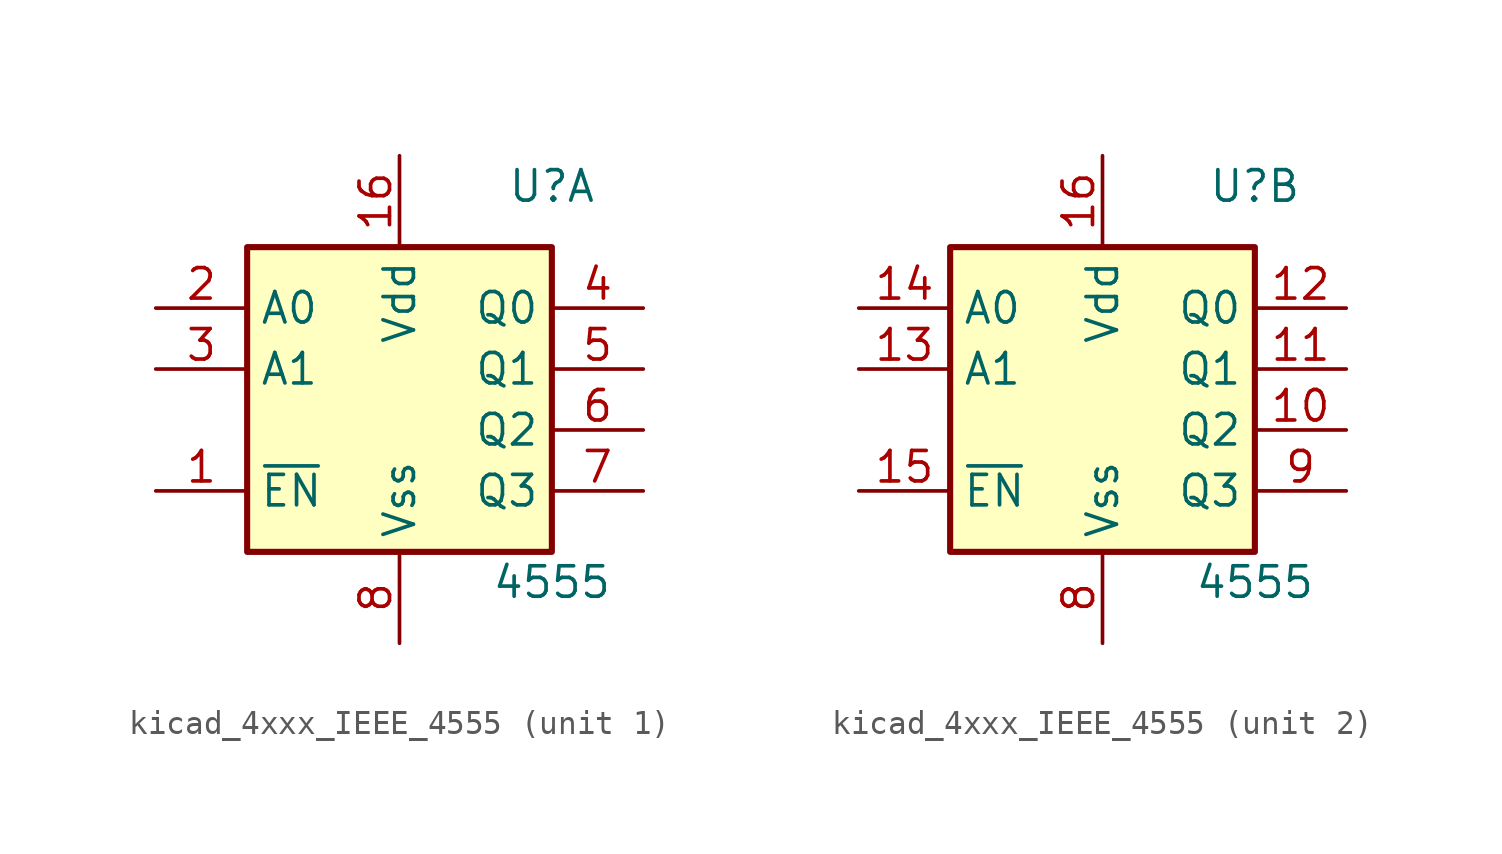
<source format=kicad_sym>
(kicad_symbol_lib
  (version 20220914)
  (generator kicad_symbol_editor)
  (symbol "kicad_4xxx_IEEE_4555"
    (property "Reference" "U"
      (at 6.35 8.89 0)
      (effects (font (size 1.27 1.27))))
    (property "Value" "4555"
      (at 6.35 -7.62 0)
      (effects (font (size 1.27 1.27))))
    (symbol "kicad_4xxx_IEEE_4555_0_1"
      (rectangle (start -6.35 6.35) (end 6.35 -6.35) (stroke (width 0.254) (type default)) (fill (type background)))
      (pin power_in line (at 0 10.16 270) (length 3.81) (name "Vdd" (effects (font (size 1.27 1.27)))) (number "16" (effects (font (size 1.27 1.27)))))
      (pin power_in line (at 0 -10.16 90) (length 3.81) (name "Vss" (effects (font (size 1.27 1.27)))) (number "8" (effects (font (size 1.27 1.27))))))
    (symbol "kicad_4xxx_IEEE_4555_1_1"
      (pin input line (at -10.16 -3.81 0) (length 3.81) (name "~{EN}" (effects (font (size 1.27 1.27)))) (number "1" (effects (font (size 1.27 1.27)))))
      (pin input line (at -10.16 3.81 0) (length 3.81) (name "A0" (effects (font (size 1.27 1.27)))) (number "2" (effects (font (size 1.27 1.27)))))
      (pin input line (at -10.16 1.27 0) (length 3.81) (name "A1" (effects (font (size 1.27 1.27)))) (number "3" (effects (font (size 1.27 1.27)))))
      (pin output line (at 10.16 3.81 180) (length 3.81) (name "Q0" (effects (font (size 1.27 1.27)))) (number "4" (effects (font (size 1.27 1.27)))))
      (pin output line (at 10.16 1.27 180) (length 3.81) (name "Q1" (effects (font (size 1.27 1.27)))) (number "5" (effects (font (size 1.27 1.27)))))
      (pin output line (at 10.16 -1.27 180) (length 3.81) (name "Q2" (effects (font (size 1.27 1.27)))) (number "6" (effects (font (size 1.27 1.27)))))
      (pin output line (at 10.16 -3.81 180) (length 3.81) (name "Q3" (effects (font (size 1.27 1.27)))) (number "7" (effects (font (size 1.27 1.27))))))
    (symbol "kicad_4xxx_IEEE_4555_2_1"
      (pin output line (at 10.16 -1.27 180) (length 3.81) (name "Q2" (effects (font (size 1.27 1.27)))) (number "10" (effects (font (size 1.27 1.27)))))
      (pin output line (at 10.16 1.27 180) (length 3.81) (name "Q1" (effects (font (size 1.27 1.27)))) (number "11" (effects (font (size 1.27 1.27)))))
      (pin output line (at 10.16 3.81 180) (length 3.81) (name "Q0" (effects (font (size 1.27 1.27)))) (number "12" (effects (font (size 1.27 1.27)))))
      (pin input line (at -10.16 1.27 0) (length 3.81) (name "A1" (effects (font (size 1.27 1.27)))) (number "13" (effects (font (size 1.27 1.27)))))
      (pin input line (at -10.16 3.81 0) (length 3.81) (name "A0" (effects (font (size 1.27 1.27)))) (number "14" (effects (font (size 1.27 1.27)))))
      (pin input line (at -10.16 -3.81 0) (length 3.81) (name "~{EN}" (effects (font (size 1.27 1.27)))) (number "15" (effects (font (size 1.27 1.27)))))
      (pin output line (at 10.16 -3.81 180) (length 3.81) (name "Q3" (effects (font (size 1.27 1.27)))) (number "9" (effects (font (size 1.27 1.27))))))))
</source>
